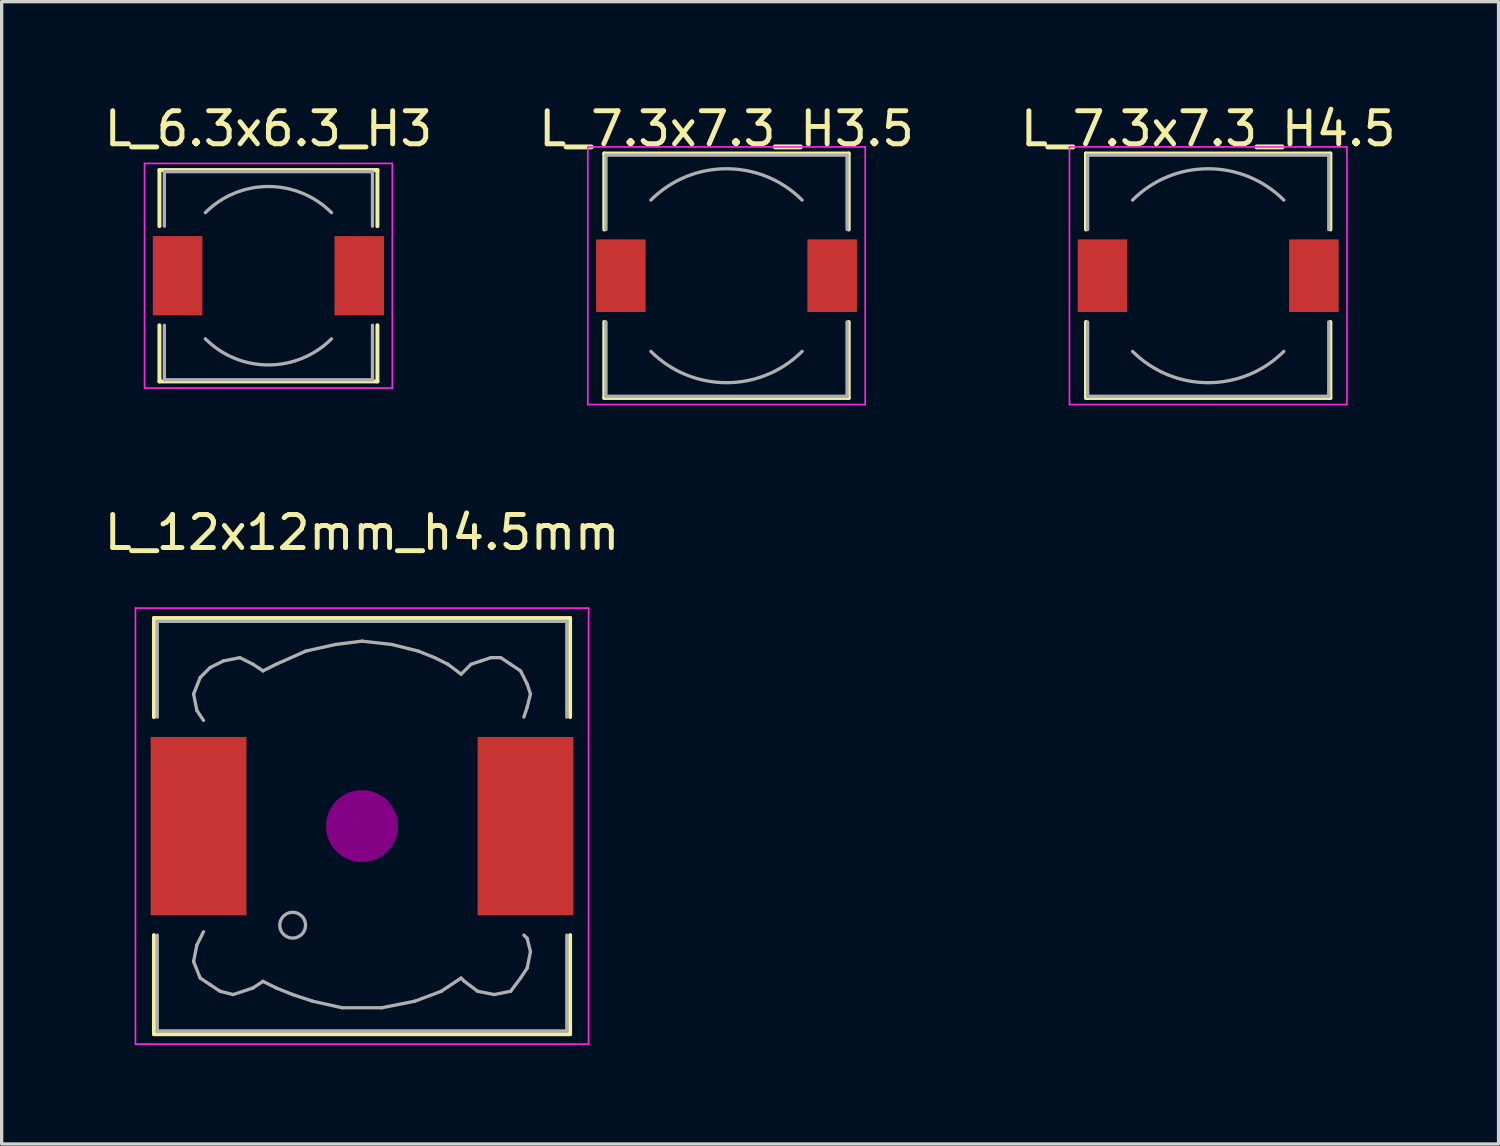
<source format=kicad_pcb>
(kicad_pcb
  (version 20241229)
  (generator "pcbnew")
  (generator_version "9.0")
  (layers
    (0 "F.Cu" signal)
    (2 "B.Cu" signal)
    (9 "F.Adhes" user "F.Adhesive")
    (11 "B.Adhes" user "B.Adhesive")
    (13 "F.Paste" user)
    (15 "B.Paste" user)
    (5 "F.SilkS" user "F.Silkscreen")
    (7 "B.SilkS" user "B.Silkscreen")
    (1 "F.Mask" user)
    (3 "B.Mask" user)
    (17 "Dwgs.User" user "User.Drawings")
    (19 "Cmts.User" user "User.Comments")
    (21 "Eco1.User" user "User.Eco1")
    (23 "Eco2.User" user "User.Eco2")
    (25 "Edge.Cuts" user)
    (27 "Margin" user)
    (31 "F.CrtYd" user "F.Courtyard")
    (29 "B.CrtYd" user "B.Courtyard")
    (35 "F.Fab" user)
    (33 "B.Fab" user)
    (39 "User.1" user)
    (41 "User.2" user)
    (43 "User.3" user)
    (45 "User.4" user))
  (footprint "L_12x12mm_h4.5mm"
    (layer "F.Cu")
    (at 7.911 21.962)
    (property "Reference" "L_12x12mm_h4.5mm" (at 0 -8.89 0) (layer "F.SilkS") (effects (font (size 1 1) (thickness 0.15))))
    (attr smd)
    (fp_line (start -6.3 -6.3) (end 6.3 -6.3) (stroke (width 0.12) (type solid)) (layer "F.SilkS"))
    (fp_line (start -6.3 -3.3) (end -6.3 -6.3) (stroke (width 0.12) (type solid)) (layer "F.SilkS"))
    (fp_line (start -6.3 6.3) (end -6.3 3.3) (stroke (width 0.12) (type solid)) (layer "F.SilkS"))
    (fp_line (start 6.3 -6.3) (end 6.3 -3.3) (stroke (width 0.12) (type solid)) (layer "F.SilkS"))
    (fp_line (start 6.3 3.3) (end 6.3 6.3) (stroke (width 0.12) (type solid)) (layer "F.SilkS"))
    (fp_line (start 6.3 6.3) (end -6.3 6.3) (stroke (width 0.12) (type solid)) (layer "F.SilkS"))
    (fp_circle (center 0 0) (end 0.15 0.15) (stroke (width 0.38) (type solid)) (fill no) (layer "F.Adhes"))
    (fp_circle (center 0 0) (end 0.55 0) (stroke (width 0.38) (type solid)) (fill no) (layer "F.Adhes"))
    (fp_circle (center 0 0) (end 0.9 0) (stroke (width 0.38) (type solid)) (fill no) (layer "F.Adhes"))
    (fp_line (start -6.86 -6.6) (end 6.86 -6.6) (stroke (width 0.05) (type solid)) (layer "F.CrtYd"))
    (fp_line (start -6.86 6.6) (end -6.86 -6.6) (stroke (width 0.05) (type solid)) (layer "F.CrtYd"))
    (fp_line (start 6.86 -6.6) (end 6.86 6.6) (stroke (width 0.05) (type solid)) (layer "F.CrtYd"))
    (fp_line (start 6.86 6.6) (end -6.86 6.6) (stroke (width 0.05) (type solid)) (layer "F.CrtYd"))
    (fp_line (start -6.2 -6.2) (end -6.2 -3.3) (stroke (width 0.1) (type solid)) (layer "F.Fab"))
    (fp_line (start -6.2 3.3) (end -6.2 6.2) (stroke (width 0.1) (type solid)) (layer "F.Fab"))
    (fp_line (start -6.2 6.2) (end 6.2 6.2) (stroke (width 0.1) (type solid)) (layer "F.Fab"))
    (fp_line (start -5.1 -4) (end -5 -3.5) (stroke (width 0.1) (type solid)) (layer "F.Fab"))
    (fp_line (start -5.1 4.1) (end -5 3.6) (stroke (width 0.1) (type solid)) (layer "F.Fab"))
    (fp_line (start -5 -3.5) (end -4.8 -3.2) (stroke (width 0.1) (type solid)) (layer "F.Fab"))
    (fp_line (start -5 3.6) (end -4.8 3.2) (stroke (width 0.1) (type solid)) (layer "F.Fab"))
    (fp_line (start -4.9 -4.5) (end -5.1 -4) (stroke (width 0.1) (type solid)) (layer "F.Fab"))
    (fp_line (start -4.9 4.6) (end -5.1 4.1) (stroke (width 0.1) (type solid)) (layer "F.Fab"))
    (fp_line (start -4.6 -4.8) (end -4.9 -4.5) (stroke (width 0.1) (type solid)) (layer "F.Fab"))
    (fp_line (start -4.6 4.8) (end -4.9 4.6) (stroke (width 0.1) (type solid)) (layer "F.Fab"))
    (fp_line (start -4.3 5) (end -4.6 4.8) (stroke (width 0.1) (type solid)) (layer "F.Fab"))
    (fp_line (start -4.2 -5) (end -4.6 -4.8) (stroke (width 0.1) (type solid)) (layer "F.Fab"))
    (fp_line (start -3.9 5.1) (end -4.3 5) (stroke (width 0.1) (type solid)) (layer "F.Fab"))
    (fp_line (start -3.7 -5.1) (end -4.2 -5) (stroke (width 0.1) (type solid)) (layer "F.Fab"))
    (fp_line (start -3.3 -4.9) (end -3.7 -5.1) (stroke (width 0.1) (type solid)) (layer "F.Fab"))
    (fp_line (start -3.3 4.9) (end -3.9 5.1) (stroke (width 0.1) (type solid)) (layer "F.Fab"))
    (fp_line (start -3 -4.7) (end -3.3 -4.9) (stroke (width 0.1) (type solid)) (layer "F.Fab"))
    (fp_line (start -3 4.7) (end -3.3 4.9) (stroke (width 0.1) (type solid)) (layer "F.Fab"))
    (fp_line (start -2.6 -4.9) (end -3 -4.7) (stroke (width 0.1) (type solid)) (layer "F.Fab"))
    (fp_line (start -2.6 4.9) (end -3 4.7) (stroke (width 0.1) (type solid)) (layer "F.Fab"))
    (fp_line (start -2.1 5.1) (end -2.6 4.9) (stroke (width 0.1) (type solid)) (layer "F.Fab"))
    (fp_line (start -1.7 -5.3) (end -2.6 -4.9) (stroke (width 0.1) (type solid)) (layer "F.Fab"))
    (fp_line (start -1.5 5.3) (end -2.1 5.1) (stroke (width 0.1) (type solid)) (layer "F.Fab"))
    (fp_line (start -0.8 -5.5) (end -1.7 -5.3) (stroke (width 0.1) (type solid)) (layer "F.Fab"))
    (fp_line (start -0.6 5.5) (end -1.5 5.3) (stroke (width 0.1) (type solid)) (layer "F.Fab"))
    (fp_line (start 0 -5.6) (end -0.8 -5.5) (stroke (width 0.1) (type solid)) (layer "F.Fab"))
    (fp_line (start 0.6 5.5) (end -0.6 5.5) (stroke (width 0.1) (type solid)) (layer "F.Fab"))
    (fp_line (start 0.9 -5.5) (end 0 -5.6) (stroke (width 0.1) (type solid)) (layer "F.Fab"))
    (fp_line (start 1.6 5.3) (end 0.6 5.5) (stroke (width 0.1) (type solid)) (layer "F.Fab"))
    (fp_line (start 1.7 -5.3) (end 0.9 -5.5) (stroke (width 0.1) (type solid)) (layer "F.Fab"))
    (fp_line (start 2.2 -5.1) (end 1.7 -5.3) (stroke (width 0.1) (type solid)) (layer "F.Fab"))
    (fp_line (start 2.4 5) (end 1.6 5.3) (stroke (width 0.1) (type solid)) (layer "F.Fab"))
    (fp_line (start 2.6 -4.9) (end 2.2 -5.1) (stroke (width 0.1) (type solid)) (layer "F.Fab"))
    (fp_line (start 3 -4.6) (end 2.6 -4.9) (stroke (width 0.1) (type solid)) (layer "F.Fab"))
    (fp_line (start 3 4.6) (end 2.4 5) (stroke (width 0.1) (type solid)) (layer "F.Fab"))
    (fp_line (start 3.1 4.7) (end 3 4.6) (stroke (width 0.1) (type solid)) (layer "F.Fab"))
    (fp_line (start 3.3 -4.9) (end 3 -4.6) (stroke (width 0.1) (type solid)) (layer "F.Fab"))
    (fp_line (start 3.5 5) (end 3.1 4.7) (stroke (width 0.1) (type solid)) (layer "F.Fab"))
    (fp_line (start 3.6 -5) (end 3.3 -4.9) (stroke (width 0.1) (type solid)) (layer "F.Fab"))
    (fp_line (start 3.9 -5.1) (end 3.6 -5) (stroke (width 0.1) (type solid)) (layer "F.Fab"))
    (fp_line (start 4 5.1) (end 3.5 5) (stroke (width 0.1) (type solid)) (layer "F.Fab"))
    (fp_line (start 4.2 -5.1) (end 3.9 -5.1) (stroke (width 0.1) (type solid)) (layer "F.Fab"))
    (fp_line (start 4.5 -4.9) (end 4.2 -5.1) (stroke (width 0.1) (type solid)) (layer "F.Fab"))
    (fp_line (start 4.5 5) (end 4 5.1) (stroke (width 0.1) (type solid)) (layer "F.Fab"))
    (fp_line (start 4.8 -4.7) (end 4.5 -4.9) (stroke (width 0.1) (type solid)) (layer "F.Fab"))
    (fp_line (start 4.8 4.6) (end 4.5 5) (stroke (width 0.1) (type solid)) (layer "F.Fab"))
    (fp_line (start 4.9 -3.3) (end 5 -3.6) (stroke (width 0.1) (type solid)) (layer "F.Fab"))
    (fp_line (start 4.9 3.3) (end 5 3.4) (stroke (width 0.1) (type solid)) (layer "F.Fab"))
    (fp_line (start 5 -4.3) (end 4.8 -4.7) (stroke (width 0.1) (type solid)) (layer "F.Fab"))
    (fp_line (start 5 -3.6) (end 5.1 -4) (stroke (width 0.1) (type solid)) (layer "F.Fab"))
    (fp_line (start 5 3.4) (end 5.1 3.8) (stroke (width 0.1) (type solid)) (layer "F.Fab"))
    (fp_line (start 5 4.3) (end 4.8 4.6) (stroke (width 0.1) (type solid)) (layer "F.Fab"))
    (fp_line (start 5.1 -4) (end 5 -4.3) (stroke (width 0.1) (type solid)) (layer "F.Fab"))
    (fp_line (start 5.1 3.8) (end 5 4.3) (stroke (width 0.1) (type solid)) (layer "F.Fab"))
    (fp_line (start 6.2 -6.2) (end -6.2 -6.2) (stroke (width 0.1) (type solid)) (layer "F.Fab"))
    (fp_line (start 6.2 -6.2) (end 6.2 -3.3) (stroke (width 0.1) (type solid)) (layer "F.Fab"))
    (fp_line (start 6.2 6.2) (end 6.2 3.3) (stroke (width 0.1) (type solid)) (layer "F.Fab"))
    (fp_circle (center -2.1 3) (end -1.8 3.25) (stroke (width 0.1) (type solid)) (fill no) (layer "F.Fab"))
    (pad "1" smd rect (at -4.95 0) (size 2.9 5.4) (layers "F.Cu" "F.Mask" "F.Paste"))
    (pad "2" smd rect (at 4.95 0) (size 2.9 5.4) (layers "F.Cu" "F.Mask" "F.Paste")))
  (footprint "L_7.3x7.3_H4.5"
    (layer "F.Cu")
    (at 33.53 5.298)
    (property "Reference" "L_7.3x7.3_H4.5" (at 0 -4.45 0) (layer "F.SilkS") (effects (font (size 1 1) (thickness 0.15))))
    (attr smd)
    (fp_line (start -3.7 -3.7) (end 3.7 -3.7) (stroke (width 0.12) (type solid)) (layer "F.SilkS"))
    (fp_line (start -3.7 -1.4) (end -3.7 -3.7) (stroke (width 0.12) (type solid)) (layer "F.SilkS"))
    (fp_line (start -3.7 3.7) (end -3.7 1.4) (stroke (width 0.12) (type solid)) (layer "F.SilkS"))
    (fp_line (start 3.7 -3.7) (end 3.7 -1.4) (stroke (width 0.12) (type solid)) (layer "F.SilkS"))
    (fp_line (start 3.7 1.4) (end 3.7 3.7) (stroke (width 0.12) (type solid)) (layer "F.SilkS"))
    (fp_line (start 3.7 3.7) (end -3.7 3.7) (stroke (width 0.12) (type solid)) (layer "F.SilkS"))
    (fp_line (start -4.2 -3.9) (end -4.2 3.9) (stroke (width 0.05) (type solid)) (layer "F.CrtYd"))
    (fp_line (start -4.2 3.9) (end 4.2 3.9) (stroke (width 0.05) (type solid)) (layer "F.CrtYd"))
    (fp_line (start 4.2 -3.9) (end -4.2 -3.9) (stroke (width 0.05) (type solid)) (layer "F.CrtYd"))
    (fp_line (start 4.2 3.9) (end 4.2 -3.9) (stroke (width 0.05) (type solid)) (layer "F.CrtYd"))
    (fp_line (start -3.65 -3.65) (end -3.65 -1.4) (stroke (width 0.1) (type solid)) (layer "F.Fab"))
    (fp_line (start -3.65 -3.65) (end 3.65 -3.65) (stroke (width 0.1) (type solid)) (layer "F.Fab"))
    (fp_line (start -3.65 3.65) (end -3.65 1.4) (stroke (width 0.1) (type solid)) (layer "F.Fab"))
    (fp_line (start 3.65 -3.65) (end 3.65 -1.4) (stroke (width 0.1) (type solid)) (layer "F.Fab"))
    (fp_line (start 3.65 3.65) (end -3.65 3.65) (stroke (width 0.1) (type solid)) (layer "F.Fab"))
    (fp_line (start 3.65 3.65) (end 3.65 1.4) (stroke (width 0.1) (type solid)) (layer "F.Fab"))
    (fp_arc (start -2.29 -2.29) (mid 0 -3.238549) (end 2.29 -2.29) (stroke (width 0.1) (type solid)) (layer "F.Fab"))
    (fp_arc (start 2.29 2.29) (mid 0 3.238549) (end -2.29 2.29) (stroke (width 0.1) (type solid)) (layer "F.Fab"))
    (pad "1" smd rect (at -3.2 0) (size 1.5 2.2) (layers "F.Cu" "F.Mask" "F.Paste"))
    (pad "2" smd rect (at 3.2 0) (size 1.5 2.2) (layers "F.Cu" "F.Mask" "F.Paste")))
  (footprint "L_7.3x7.3_H3.5"
    (layer "F.Cu")
    (at 18.946 5.298)
    (property "Reference" "L_7.3x7.3_H3.5" (at 0 -4.45 0) (layer "F.SilkS") (effects (font (size 1 1) (thickness 0.15))))
    (attr smd)
    (fp_line (start -3.7 -3.7) (end 3.7 -3.7) (stroke (width 0.12) (type solid)) (layer "F.SilkS"))
    (fp_line (start -3.7 -1.4) (end -3.7 -3.7) (stroke (width 0.12) (type solid)) (layer "F.SilkS"))
    (fp_line (start -3.7 3.7) (end -3.7 1.4) (stroke (width 0.12) (type solid)) (layer "F.SilkS"))
    (fp_line (start 3.7 -3.7) (end 3.7 -1.4) (stroke (width 0.12) (type solid)) (layer "F.SilkS"))
    (fp_line (start 3.7 1.4) (end 3.7 3.7) (stroke (width 0.12) (type solid)) (layer "F.SilkS"))
    (fp_line (start 3.7 3.7) (end -3.7 3.7) (stroke (width 0.12) (type solid)) (layer "F.SilkS"))
    (fp_line (start -4.2 -3.9) (end -4.2 3.9) (stroke (width 0.05) (type solid)) (layer "F.CrtYd"))
    (fp_line (start -4.2 3.9) (end 4.2 3.9) (stroke (width 0.05) (type solid)) (layer "F.CrtYd"))
    (fp_line (start 4.2 -3.9) (end -4.2 -3.9) (stroke (width 0.05) (type solid)) (layer "F.CrtYd"))
    (fp_line (start 4.2 3.9) (end 4.2 -3.9) (stroke (width 0.05) (type solid)) (layer "F.CrtYd"))
    (fp_line (start -3.65 -3.65) (end -3.65 -1.4) (stroke (width 0.1) (type solid)) (layer "F.Fab"))
    (fp_line (start -3.65 -3.65) (end 3.65 -3.65) (stroke (width 0.1) (type solid)) (layer "F.Fab"))
    (fp_line (start -3.65 3.65) (end -3.65 1.4) (stroke (width 0.1) (type solid)) (layer "F.Fab"))
    (fp_line (start 3.65 -3.65) (end 3.65 -1.4) (stroke (width 0.1) (type solid)) (layer "F.Fab"))
    (fp_line (start 3.65 3.65) (end -3.65 3.65) (stroke (width 0.1) (type solid)) (layer "F.Fab"))
    (fp_line (start 3.65 3.65) (end 3.65 1.4) (stroke (width 0.1) (type solid)) (layer "F.Fab"))
    (fp_arc (start -2.29 -2.29) (mid 0 -3.238549) (end 2.29 -2.29) (stroke (width 0.1) (type solid)) (layer "F.Fab"))
    (fp_arc (start 2.29 2.29) (mid 0 3.238549) (end -2.29 2.29) (stroke (width 0.1) (type solid)) (layer "F.Fab"))
    (pad "1" smd rect (at -3.2 0) (size 1.5 2.2) (layers "F.Cu" "F.Mask" "F.Paste"))
    (pad "2" smd rect (at 3.2 0) (size 1.5 2.2) (layers "F.Cu" "F.Mask" "F.Paste")))
  (footprint "L_6.3x6.3_H3"
    (layer "F.Cu")
    (at 5.077 5.298)
    (property "Reference" "L_6.3x6.3_H3" (at 0 -4.45 0) (layer "F.SilkS") (effects (font (size 1 1) (thickness 0.15))))
    (attr smd)
    (fp_line (start -3.3 -3.2) (end 3.3 -3.2) (stroke (width 0.12) (type solid)) (layer "F.SilkS"))
    (fp_line (start -3.3 -1.5) (end -3.3 -3.2) (stroke (width 0.12) (type solid)) (layer "F.SilkS"))
    (fp_line (start -3.3 3.2) (end -3.3 1.5) (stroke (width 0.12) (type solid)) (layer "F.SilkS"))
    (fp_line (start 3.3 -3.2) (end 3.3 -1.5) (stroke (width 0.12) (type solid)) (layer "F.SilkS"))
    (fp_line (start 3.3 1.5) (end 3.3 3.2) (stroke (width 0.12) (type solid)) (layer "F.SilkS"))
    (fp_line (start 3.3 3.2) (end -3.3 3.2) (stroke (width 0.12) (type solid)) (layer "F.SilkS"))
    (fp_line (start -3.75 -3.4) (end -3.75 3.4) (stroke (width 0.05) (type solid)) (layer "F.CrtYd"))
    (fp_line (start -3.75 3.4) (end 3.75 3.4) (stroke (width 0.05) (type solid)) (layer "F.CrtYd"))
    (fp_line (start 3.75 -3.4) (end -3.75 -3.4) (stroke (width 0.05) (type solid)) (layer "F.CrtYd"))
    (fp_line (start 3.75 3.4) (end 3.75 -3.4) (stroke (width 0.05) (type solid)) (layer "F.CrtYd"))
    (fp_line (start -3.15 -3.15) (end -3.15 -1.5) (stroke (width 0.1) (type solid)) (layer "F.Fab"))
    (fp_line (start -3.15 -3.15) (end 3.15 -3.15) (stroke (width 0.1) (type solid)) (layer "F.Fab"))
    (fp_line (start -3.15 3.15) (end -3.15 1.5) (stroke (width 0.1) (type solid)) (layer "F.Fab"))
    (fp_line (start -3.15 3.15) (end 3.15 3.15) (stroke (width 0.1) (type solid)) (layer "F.Fab"))
    (fp_line (start 3.15 -3.15) (end 3.15 -1.5) (stroke (width 0.1) (type solid)) (layer "F.Fab"))
    (fp_line (start 3.15 3.15) (end 3.15 1.5) (stroke (width 0.1) (type solid)) (layer "F.Fab"))
    (fp_arc (start -1.91 -1.91) (mid 0 -2.701148) (end 1.91 -1.91) (stroke (width 0.1) (type solid)) (layer "F.Fab"))
    (fp_arc (start 1.91 1.91) (mid 0 2.701148) (end -1.91 1.91) (stroke (width 0.1) (type solid)) (layer "F.Fab"))
    (pad "1" smd rect (at -2.75 0) (size 1.5 2.4) (layers "F.Cu" "F.Mask" "F.Paste"))
    (pad "2" smd rect (at 2.75 0) (size 1.5 2.4) (layers "F.Cu" "F.Mask" "F.Paste")))
  (gr_rect
    (start -3 -3)
    (end 42.321 31.587)
    (stroke (width 0.1) (type default))
    (fill no)
    (layer "Edge.Cuts")))
</source>
